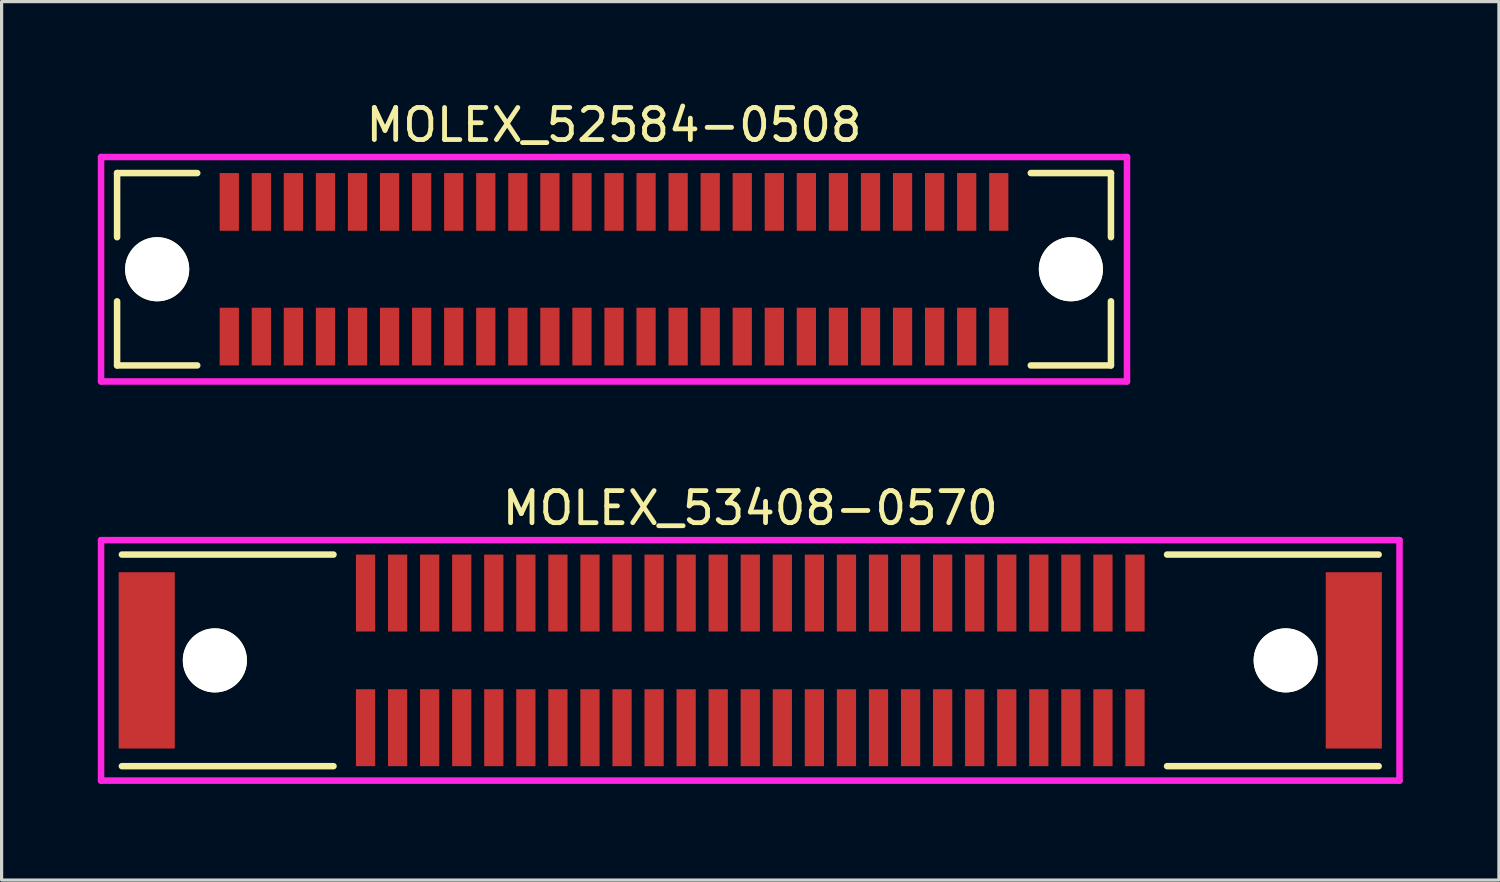
<source format=kicad_pcb>
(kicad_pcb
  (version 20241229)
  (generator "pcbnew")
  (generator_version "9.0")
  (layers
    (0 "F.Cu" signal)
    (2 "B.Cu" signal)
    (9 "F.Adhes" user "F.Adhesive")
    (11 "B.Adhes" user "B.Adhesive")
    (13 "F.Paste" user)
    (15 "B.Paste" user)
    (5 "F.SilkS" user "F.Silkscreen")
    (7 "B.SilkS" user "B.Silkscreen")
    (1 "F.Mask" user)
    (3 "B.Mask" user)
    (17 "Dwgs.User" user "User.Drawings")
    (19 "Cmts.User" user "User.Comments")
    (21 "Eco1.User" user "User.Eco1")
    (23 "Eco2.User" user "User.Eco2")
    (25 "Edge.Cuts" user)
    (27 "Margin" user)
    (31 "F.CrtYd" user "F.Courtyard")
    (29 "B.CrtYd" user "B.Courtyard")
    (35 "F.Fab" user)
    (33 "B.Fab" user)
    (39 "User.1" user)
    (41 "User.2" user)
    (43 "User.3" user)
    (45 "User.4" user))
  (footprint "MOLEX_53408-0570"
    (layer "F.Cu")
    (at 20.352 17.548)
    (property "Reference" "MOLEX_53408-0570" (at 0 -4.75 0) (layer "F.SilkS") (effects (font (size 1 1) (thickness 0.15))))
    (attr through_hole)
    (fp_line (start -19.6 -3.3) (end -13 -3.3) (stroke (width 0.203) (type solid)) (layer "F.SilkS"))
    (fp_line (start -19.6 3.3) (end -13 3.3) (stroke (width 0.203) (type solid)) (layer "F.SilkS"))
    (fp_line (start 19.6 -3.3) (end 13 -3.3) (stroke (width 0.203) (type solid)) (layer "F.SilkS"))
    (fp_line (start 19.6 3.3) (end 13 3.3) (stroke (width 0.203) (type solid)) (layer "F.SilkS"))
    (fp_line (start -20.25 -3.75) (end -20.25 3.75) (stroke (width 0.203) (type solid)) (layer "F.CrtYd"))
    (fp_line (start -20.25 3.75) (end 20.25 3.75) (stroke (width 0.203) (type solid)) (layer "F.CrtYd"))
    (fp_line (start 20.25 -3.75) (end -20.25 -3.75) (stroke (width 0.203) (type solid)) (layer "F.CrtYd"))
    (fp_line (start 20.25 3.75) (end 20.25 -3.75) (stroke (width 0.203) (type solid)) (layer "F.CrtYd"))
    (pad "" np_thru_hole circle (at -16.7 0) (size 2 2) (drill 2) (layers "*.Cu" "*.Mask" "F.SilkS"))
    (pad "" np_thru_hole circle (at 16.7 0) (size 2 2) (drill 2) (layers "*.Cu" "*.Mask" "F.SilkS"))
    (pad "1" smd rect (at -18.825 0) (size 1.75 5.5) (layers "F.Cu" "F.Mask" "F.Paste"))
    (pad "2" smd rect (at 18.825 0) (size 1.75 5.5) (layers "F.Cu" "F.Mask" "F.Paste"))
    (pad "A1" smd rect (at 12 2.1) (size 0.6 2.4) (layers "F.Cu" "F.Mask" "F.Paste"))
    (pad "A2" smd rect (at 11 2.1) (size 0.6 2.4) (layers "F.Cu" "F.Mask" "F.Paste"))
    (pad "A3" smd rect (at 10 2.1) (size 0.6 2.4) (layers "F.Cu" "F.Mask" "F.Paste"))
    (pad "A4" smd rect (at 9 2.1) (size 0.6 2.4) (layers "F.Cu" "F.Mask" "F.Paste"))
    (pad "A5" smd rect (at 8 2.1) (size 0.6 2.4) (layers "F.Cu" "F.Mask" "F.Paste"))
    (pad "A6" smd rect (at 7 2.1) (size 0.6 2.4) (layers "F.Cu" "F.Mask" "F.Paste"))
    (pad "A7" smd rect (at 6 2.1) (size 0.6 2.4) (layers "F.Cu" "F.Mask" "F.Paste"))
    (pad "A8" smd rect (at 5 2.1) (size 0.6 2.4) (layers "F.Cu" "F.Mask" "F.Paste"))
    (pad "A9" smd rect (at 4 2.1) (size 0.6 2.4) (layers "F.Cu" "F.Mask" "F.Paste"))
    (pad "A10" smd rect (at 3 2.1) (size 0.6 2.4) (layers "F.Cu" "F.Mask" "F.Paste"))
    (pad "A11" smd rect (at 2 2.1) (size 0.6 2.4) (layers "F.Cu" "F.Mask" "F.Paste"))
    (pad "A12" smd rect (at 1 2.1) (size 0.6 2.4) (layers "F.Cu" "F.Mask" "F.Paste"))
    (pad "A13" smd rect (at 0 2.1) (size 0.6 2.4) (layers "F.Cu" "F.Mask" "F.Paste"))
    (pad "A14" smd rect (at -1 2.1) (size 0.6 2.4) (layers "F.Cu" "F.Mask" "F.Paste"))
    (pad "A15" smd rect (at -2 2.1) (size 0.6 2.4) (layers "F.Cu" "F.Mask" "F.Paste"))
    (pad "A16" smd rect (at -3 2.1) (size 0.6 2.4) (layers "F.Cu" "F.Mask" "F.Paste"))
    (pad "A17" smd rect (at -4 2.1) (size 0.6 2.4) (layers "F.Cu" "F.Mask" "F.Paste"))
    (pad "A18" smd rect (at -5 2.1) (size 0.6 2.4) (layers "F.Cu" "F.Mask" "F.Paste"))
    (pad "A19" smd rect (at -6 2.1) (size 0.6 2.4) (layers "F.Cu" "F.Mask" "F.Paste"))
    (pad "A20" smd rect (at -7 2.1) (size 0.6 2.4) (layers "F.Cu" "F.Mask" "F.Paste"))
    (pad "A21" smd rect (at -8 2.1) (size 0.6 2.4) (layers "F.Cu" "F.Mask" "F.Paste"))
    (pad "A22" smd rect (at -9 2.1) (size 0.6 2.4) (layers "F.Cu" "F.Mask" "F.Paste"))
    (pad "A23" smd rect (at -10 2.1) (size 0.6 2.4) (layers "F.Cu" "F.Mask" "F.Paste"))
    (pad "A24" smd rect (at -11 2.1) (size 0.6 2.4) (layers "F.Cu" "F.Mask" "F.Paste"))
    (pad "A25" smd rect (at -12 2.1) (size 0.6 2.4) (layers "F.Cu" "F.Mask" "F.Paste"))
    (pad "B1" smd rect (at 12 -2.1) (size 0.6 2.4) (layers "F.Cu" "F.Mask" "F.Paste"))
    (pad "B2" smd rect (at 11 -2.1) (size 0.6 2.4) (layers "F.Cu" "F.Mask" "F.Paste"))
    (pad "B3" smd rect (at 10 -2.1) (size 0.6 2.4) (layers "F.Cu" "F.Mask" "F.Paste"))
    (pad "B4" smd rect (at 9 -2.1) (size 0.6 2.4) (layers "F.Cu" "F.Mask" "F.Paste"))
    (pad "B5" smd rect (at 8 -2.1) (size 0.6 2.4) (layers "F.Cu" "F.Mask" "F.Paste"))
    (pad "B6" smd rect (at 7 -2.1) (size 0.6 2.4) (layers "F.Cu" "F.Mask" "F.Paste"))
    (pad "B7" smd rect (at 6 -2.1) (size 0.6 2.4) (layers "F.Cu" "F.Mask" "F.Paste"))
    (pad "B8" smd rect (at 5 -2.1) (size 0.6 2.4) (layers "F.Cu" "F.Mask" "F.Paste"))
    (pad "B9" smd rect (at 4 -2.1) (size 0.6 2.4) (layers "F.Cu" "F.Mask" "F.Paste"))
    (pad "B10" smd rect (at 3 -2.1) (size 0.6 2.4) (layers "F.Cu" "F.Mask" "F.Paste"))
    (pad "B11" smd rect (at 2 -2.1) (size 0.6 2.4) (layers "F.Cu" "F.Mask" "F.Paste"))
    (pad "B12" smd rect (at 1 -2.1) (size 0.6 2.4) (layers "F.Cu" "F.Mask" "F.Paste"))
    (pad "B13" smd rect (at 0 -2.1) (size 0.6 2.4) (layers "F.Cu" "F.Mask" "F.Paste"))
    (pad "B14" smd rect (at -1 -2.1) (size 0.6 2.4) (layers "F.Cu" "F.Mask" "F.Paste"))
    (pad "B15" smd rect (at -2 -2.1) (size 0.6 2.4) (layers "F.Cu" "F.Mask" "F.Paste"))
    (pad "B16" smd rect (at -3 -2.1) (size 0.6 2.4) (layers "F.Cu" "F.Mask" "F.Paste"))
    (pad "B17" smd rect (at -4 -2.1) (size 0.6 2.4) (layers "F.Cu" "F.Mask" "F.Paste"))
    (pad "B18" smd rect (at -5 -2.1) (size 0.6 2.4) (layers "F.Cu" "F.Mask" "F.Paste"))
    (pad "B19" smd rect (at -6 -2.1) (size 0.6 2.4) (layers "F.Cu" "F.Mask" "F.Paste"))
    (pad "B20" smd rect (at -7 -2.1) (size 0.6 2.4) (layers "F.Cu" "F.Mask" "F.Paste"))
    (pad "B21" smd rect (at -8 -2.1) (size 0.6 2.4) (layers "F.Cu" "F.Mask" "F.Paste"))
    (pad "B22" smd rect (at -9 -2.1) (size 0.6 2.4) (layers "F.Cu" "F.Mask" "F.Paste"))
    (pad "B23" smd rect (at -10 -2.1) (size 0.6 2.4) (layers "F.Cu" "F.Mask" "F.Paste"))
    (pad "B24" smd rect (at -11 -2.1) (size 0.6 2.4) (layers "F.Cu" "F.Mask" "F.Paste"))
    (pad "B25" smd rect (at -12 -2.1) (size 0.6 2.4) (layers "F.Cu" "F.Mask" "F.Paste")))
  (footprint "MOLEX_52584-0508"
    (layer "F.Cu")
    (at 16.102 5.348)
    (property "Reference" "MOLEX_52584-0508" (at 0 -4.5 0) (layer "F.SilkS") (effects (font (size 1 1) (thickness 0.15))))
    (attr through_hole)
    (fp_line (start -15.5 -3) (end -15.5 -1) (stroke (width 0.203) (type solid)) (layer "F.SilkS"))
    (fp_line (start -15.5 1) (end -15.5 3) (stroke (width 0.203) (type solid)) (layer "F.SilkS"))
    (fp_line (start -15.5 3) (end -13 3) (stroke (width 0.203) (type solid)) (layer "F.SilkS"))
    (fp_line (start -13 -3) (end -15.5 -3) (stroke (width 0.203) (type solid)) (layer "F.SilkS"))
    (fp_line (start 13 3) (end 15.5 3) (stroke (width 0.203) (type solid)) (layer "F.SilkS"))
    (fp_line (start 15.5 -3) (end 13 -3) (stroke (width 0.203) (type solid)) (layer "F.SilkS"))
    (fp_line (start 15.5 -1) (end 15.5 -3) (stroke (width 0.203) (type solid)) (layer "F.SilkS"))
    (fp_line (start 15.5 3) (end 15.5 1) (stroke (width 0.203) (type solid)) (layer "F.SilkS"))
    (fp_line (start -16 -3.5) (end 16 -3.5) (stroke (width 0.203) (type solid)) (layer "F.CrtYd"))
    (fp_line (start -16 3.5) (end -16 -3.5) (stroke (width 0.203) (type solid)) (layer "F.CrtYd"))
    (fp_line (start 16 -3.5) (end 16 3.5) (stroke (width 0.203) (type solid)) (layer "F.CrtYd"))
    (fp_line (start 16 3.5) (end -16 3.5) (stroke (width 0.203) (type solid)) (layer "F.CrtYd"))
    (pad "" np_thru_hole circle (at -14.25 0) (size 2 2) (drill 2) (layers "*.Cu" "*.Mask" "F.SilkS"))
    (pad "" np_thru_hole circle (at 14.25 0) (size 2 2) (drill 2) (layers "*.Cu" "*.Mask" "F.SilkS"))
    (pad "A1" smd rect (at -12 2.1) (size 0.6 1.8) (layers "F.Cu" "F.Mask" "F.Paste"))
    (pad "A2" smd rect (at -11 2.1) (size 0.6 1.8) (layers "F.Cu" "F.Mask" "F.Paste"))
    (pad "A3" smd rect (at -10 2.1) (size 0.6 1.8) (layers "F.Cu" "F.Mask" "F.Paste"))
    (pad "A4" smd rect (at -9 2.1) (size 0.6 1.8) (layers "F.Cu" "F.Mask" "F.Paste"))
    (pad "A5" smd rect (at -8 2.1) (size 0.6 1.8) (layers "F.Cu" "F.Mask" "F.Paste"))
    (pad "A6" smd rect (at -7 2.1) (size 0.6 1.8) (layers "F.Cu" "F.Mask" "F.Paste"))
    (pad "A7" smd rect (at -6 2.1) (size 0.6 1.8) (layers "F.Cu" "F.Mask" "F.Paste"))
    (pad "A8" smd rect (at -5 2.1) (size 0.6 1.8) (layers "F.Cu" "F.Mask" "F.Paste"))
    (pad "A9" smd rect (at -4 2.1) (size 0.6 1.8) (layers "F.Cu" "F.Mask" "F.Paste"))
    (pad "A10" smd rect (at -3 2.1) (size 0.6 1.8) (layers "F.Cu" "F.Mask" "F.Paste"))
    (pad "A11" smd rect (at -2 2.1) (size 0.6 1.8) (layers "F.Cu" "F.Mask" "F.Paste"))
    (pad "A12" smd rect (at -1 2.1) (size 0.6 1.8) (layers "F.Cu" "F.Mask" "F.Paste"))
    (pad "A13" smd rect (at 0 2.1) (size 0.6 1.8) (layers "F.Cu" "F.Mask" "F.Paste"))
    (pad "A14" smd rect (at 1 2.1) (size 0.6 1.8) (layers "F.Cu" "F.Mask" "F.Paste"))
    (pad "A15" smd rect (at 2 2.1) (size 0.6 1.8) (layers "F.Cu" "F.Mask" "F.Paste"))
    (pad "A16" smd rect (at 3 2.1) (size 0.6 1.8) (layers "F.Cu" "F.Mask" "F.Paste"))
    (pad "A17" smd rect (at 4 2.1) (size 0.6 1.8) (layers "F.Cu" "F.Mask" "F.Paste"))
    (pad "A18" smd rect (at 5 2.1) (size 0.6 1.8) (layers "F.Cu" "F.Mask" "F.Paste"))
    (pad "A19" smd rect (at 6 2.1) (size 0.6 1.8) (layers "F.Cu" "F.Mask" "F.Paste"))
    (pad "A20" smd rect (at 7 2.1) (size 0.6 1.8) (layers "F.Cu" "F.Mask" "F.Paste"))
    (pad "A21" smd rect (at 8 2.1) (size 0.6 1.8) (layers "F.Cu" "F.Mask" "F.Paste"))
    (pad "A22" smd rect (at 9 2.1) (size 0.6 1.8) (layers "F.Cu" "F.Mask" "F.Paste"))
    (pad "A23" smd rect (at 10 2.1) (size 0.6 1.8) (layers "F.Cu" "F.Mask" "F.Paste"))
    (pad "A24" smd rect (at 11 2.1) (size 0.6 1.8) (layers "F.Cu" "F.Mask" "F.Paste"))
    (pad "A25" smd rect (at 12 2.1) (size 0.6 1.8) (layers "F.Cu" "F.Mask" "F.Paste"))
    (pad "B1" smd rect (at -12 -2.1) (size 0.6 1.8) (layers "F.Cu" "F.Mask" "F.Paste"))
    (pad "B2" smd rect (at -11 -2.1) (size 0.6 1.8) (layers "F.Cu" "F.Mask" "F.Paste"))
    (pad "B3" smd rect (at -10 -2.1) (size 0.6 1.8) (layers "F.Cu" "F.Mask" "F.Paste"))
    (pad "B4" smd rect (at -9 -2.1) (size 0.6 1.8) (layers "F.Cu" "F.Mask" "F.Paste"))
    (pad "B5" smd rect (at -8 -2.1) (size 0.6 1.8) (layers "F.Cu" "F.Mask" "F.Paste"))
    (pad "B6" smd rect (at -7 -2.1) (size 0.6 1.8) (layers "F.Cu" "F.Mask" "F.Paste"))
    (pad "B7" smd rect (at -6 -2.1) (size 0.6 1.8) (layers "F.Cu" "F.Mask" "F.Paste"))
    (pad "B8" smd rect (at -5 -2.1) (size 0.6 1.8) (layers "F.Cu" "F.Mask" "F.Paste"))
    (pad "B9" smd rect (at -4 -2.1) (size 0.6 1.8) (layers "F.Cu" "F.Mask" "F.Paste"))
    (pad "B10" smd rect (at -3 -2.1) (size 0.6 1.8) (layers "F.Cu" "F.Mask" "F.Paste"))
    (pad "B11" smd rect (at -2 -2.1) (size 0.6 1.8) (layers "F.Cu" "F.Mask" "F.Paste"))
    (pad "B12" smd rect (at -1 -2.1) (size 0.6 1.8) (layers "F.Cu" "F.Mask" "F.Paste"))
    (pad "B13" smd rect (at 0 -2.1) (size 0.6 1.8) (layers "F.Cu" "F.Mask" "F.Paste"))
    (pad "B14" smd rect (at 1 -2.1) (size 0.6 1.8) (layers "F.Cu" "F.Mask" "F.Paste"))
    (pad "B15" smd rect (at 2 -2.1) (size 0.6 1.8) (layers "F.Cu" "F.Mask" "F.Paste"))
    (pad "B16" smd rect (at 3 -2.1) (size 0.6 1.8) (layers "F.Cu" "F.Mask" "F.Paste"))
    (pad "B17" smd rect (at 4 -2.1) (size 0.6 1.8) (layers "F.Cu" "F.Mask" "F.Paste"))
    (pad "B18" smd rect (at 5 -2.1) (size 0.6 1.8) (layers "F.Cu" "F.Mask" "F.Paste"))
    (pad "B19" smd rect (at 6 -2.1) (size 0.6 1.8) (layers "F.Cu" "F.Mask" "F.Paste"))
    (pad "B20" smd rect (at 7 -2.1) (size 0.6 1.8) (layers "F.Cu" "F.Mask" "F.Paste"))
    (pad "B21" smd rect (at 8 -2.1) (size 0.6 1.8) (layers "F.Cu" "F.Mask" "F.Paste"))
    (pad "B22" smd rect (at 9 -2.1) (size 0.6 1.8) (layers "F.Cu" "F.Mask" "F.Paste"))
    (pad "B23" smd rect (at 10 -2.1) (size 0.6 1.8) (layers "F.Cu" "F.Mask" "F.Paste"))
    (pad "B24" smd rect (at 11 -2.1) (size 0.6 1.8) (layers "F.Cu" "F.Mask" "F.Paste"))
    (pad "B25" smd rect (at 12 -2.1) (size 0.6 1.8) (layers "F.Cu" "F.Mask" "F.Paste")))
  (gr_rect
    (start -3 -3)
    (end 43.703 24.4)
    (stroke (width 0.1) (type default))
    (fill no)
    (layer "Edge.Cuts")))
</source>
